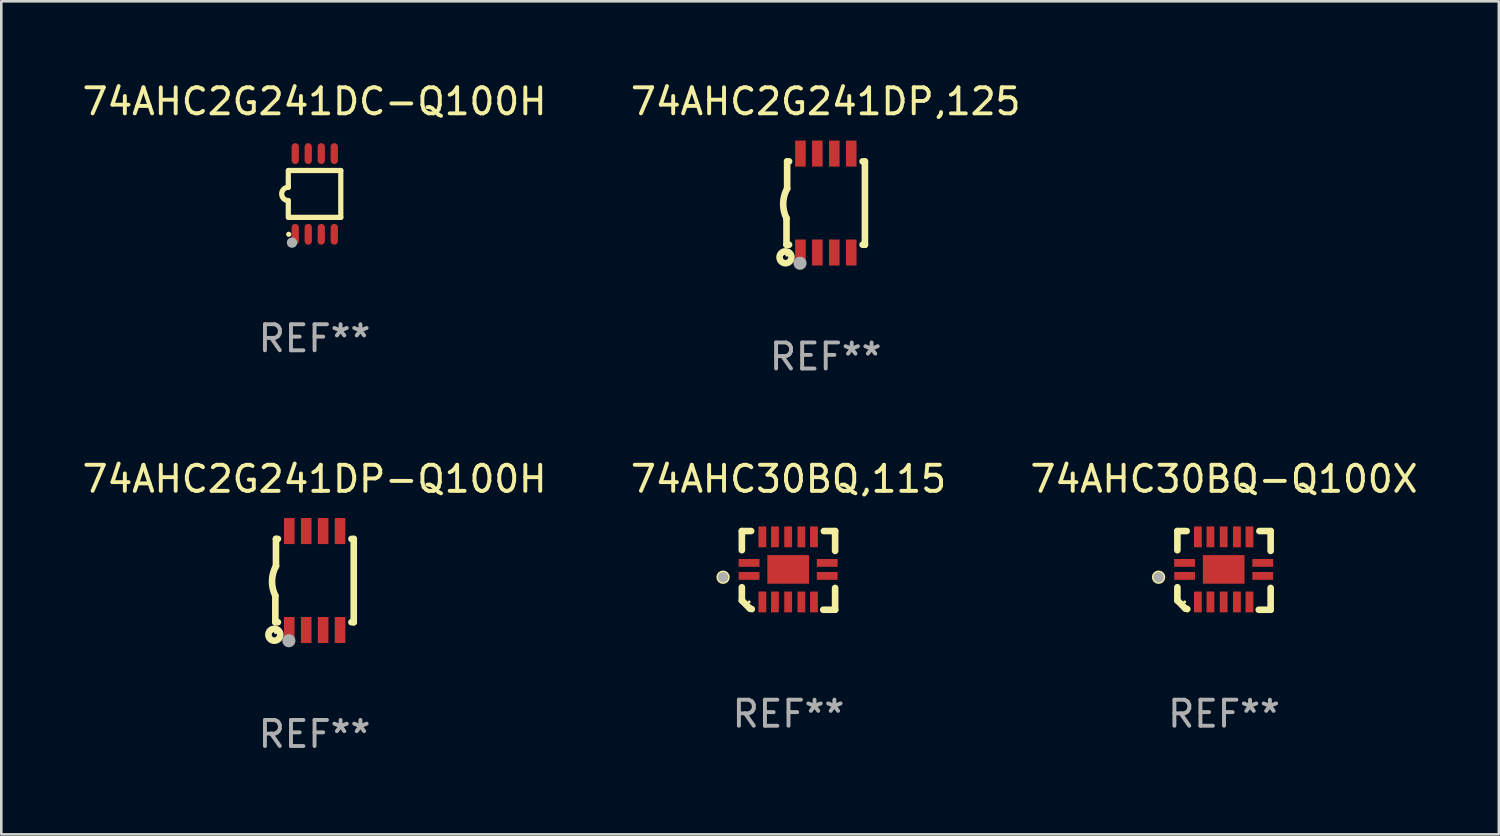
<source format=kicad_pcb>
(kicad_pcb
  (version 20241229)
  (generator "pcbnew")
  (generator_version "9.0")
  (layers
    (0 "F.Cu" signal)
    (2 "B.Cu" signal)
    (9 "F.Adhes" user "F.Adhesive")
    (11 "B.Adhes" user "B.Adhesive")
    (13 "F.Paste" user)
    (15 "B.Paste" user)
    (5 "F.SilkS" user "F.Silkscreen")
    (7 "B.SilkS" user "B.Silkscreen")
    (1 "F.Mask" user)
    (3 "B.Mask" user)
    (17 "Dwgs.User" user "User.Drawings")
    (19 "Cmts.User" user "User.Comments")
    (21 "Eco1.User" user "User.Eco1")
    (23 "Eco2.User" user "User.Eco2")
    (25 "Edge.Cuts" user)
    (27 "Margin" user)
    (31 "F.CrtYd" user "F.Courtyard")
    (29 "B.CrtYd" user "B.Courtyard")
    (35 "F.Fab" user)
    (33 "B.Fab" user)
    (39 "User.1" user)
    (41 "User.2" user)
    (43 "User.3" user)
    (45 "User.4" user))
  (footprint "74AHC30BQ-Q100X"
    (layer "F.Cu")
    (at 43.958 18.856)
    (property "Reference" "74AHC30BQ-Q100X" (at 0 -3.511 0) (layer "F.SilkS") (effects (font (size 1 1) (thickness 0.15))))
    (attr through_hole)
    (fp_line (start -1.791 -1.511) (end -1.435 -1.511) (stroke (width 0.254) (type solid)) (layer "F.SilkS"))
    (fp_line (start -1.791 -0.775) (end -1.791 -1.511) (stroke (width 0.254) (type solid)) (layer "F.SilkS"))
    (fp_line (start -1.791 1.156) (end -1.791 0.648) (stroke (width 0.254) (type solid)) (layer "F.SilkS"))
    (fp_line (start -1.486 1.461) (end -1.791 1.156) (stroke (width 0.254) (type solid)) (layer "F.SilkS"))
    (fp_line (start -1.41 1.486) (end -1.486 1.461) (stroke (width 0.254) (type solid)) (layer "F.SilkS"))
    (fp_line (start 1.334 1.511) (end 1.791 1.511) (stroke (width 0.254) (type solid)) (layer "F.SilkS"))
    (fp_line (start 1.791 -1.511) (end 1.359 -1.511) (stroke (width 0.254) (type solid)) (layer "F.SilkS"))
    (fp_line (start 1.791 -0.749) (end 1.791 -1.511) (stroke (width 0.254) (type solid)) (layer "F.SilkS"))
    (fp_line (start 1.791 1.511) (end 1.791 0.673) (stroke (width 0.254) (type solid)) (layer "F.SilkS"))
    (fp_circle (center -2.513 0.262) (end -2.383 0.262) (stroke (width 0.254) (type solid)) (fill no) (layer "F.SilkS"))
    (fp_circle (center -1.513 1.212) (end -1.483 1.212) (stroke (width 0.06) (type solid)) (fill no) (layer "F.SilkS"))
    (fp_circle (center -2.513 0.262) (end -2.413 0.262) (stroke (width 0.2) (type solid)) (fill no) (layer "F.Fab"))
    (fp_text user "REF**" (at 0 5.511 0) (layer "F.Fab") (effects (font (size 1 1) (thickness 0.15))))
    (pad "1" smd rect (at -1.513 0.212) (size 0.8 0.3) (layers "F.Cu" "F.Mask" "F.Paste"))
    (pad "2" smd rect (at -1.003 1.212) (size 0.3 0.8) (layers "F.Cu" "F.Mask" "F.Paste"))
    (pad "3" smd rect (at -0.521 1.212) (size 0.3 0.8) (layers "F.Cu" "F.Mask" "F.Paste"))
    (pad "4" smd rect (at -0.013 1.212) (size 0.3 0.8) (layers "F.Cu" "F.Mask" "F.Paste"))
    (pad "5" smd rect (at 0.495 1.212) (size 0.3 0.8) (layers "F.Cu" "F.Mask" "F.Paste"))
    (pad "6" smd rect (at 0.978 1.212) (size 0.3 0.8) (layers "F.Cu" "F.Mask" "F.Paste"))
    (pad "7" smd rect (at 1.487 0.212) (size 0.8 0.3) (layers "F.Cu" "F.Mask" "F.Paste"))
    (pad "8" smd rect (at 1.487 -0.288) (size 0.8 0.3) (layers "F.Cu" "F.Mask" "F.Paste"))
    (pad "9" smd rect (at 0.978 -1.288) (size 0.3 0.8) (layers "F.Cu" "F.Mask" "F.Paste"))
    (pad "10" smd rect (at 0.495 -1.288) (size 0.3 0.8) (layers "F.Cu" "F.Mask" "F.Paste"))
    (pad "11" smd rect (at -0.013 -1.288) (size 0.3 0.8) (layers "F.Cu" "F.Mask" "F.Paste"))
    (pad "12" smd rect (at -0.521 -1.288) (size 0.3 0.8) (layers "F.Cu" "F.Mask" "F.Paste"))
    (pad "13" smd rect (at -1.003 -1.288) (size 0.3 0.8) (layers "F.Cu" "F.Mask" "F.Paste"))
    (pad "14" smd rect (at -1.513 -0.288) (size 0.8 0.3) (layers "F.Cu" "F.Mask" "F.Paste"))
    (pad "15" smd rect (at -0.013 -0.038 90) (size 1.1 1.6) (layers "F.Cu" "F.Mask" "F.Paste")))
  (footprint "74AHC2G241DC-Q100H"
    (layer "F.Cu")
    (at 9.03 4.398)
    (property "Reference" "74AHC2G241DC-Q100H" (at 0 -3.55 0) (layer "F.SilkS") (effects (font (size 1 1) (thickness 0.15))))
    (attr through_hole)
    (fp_line (start -1.008 -0.254) (end -1.008 -0.9) (stroke (width 0.2) (type solid)) (layer "F.SilkS"))
    (fp_line (start -1.008 0.254) (end -1.008 0.9) (stroke (width 0.2) (type solid)) (layer "F.SilkS"))
    (fp_line (start -0.992 0.9) (end 1.008 0.9) (stroke (width 0.2) (type solid)) (layer "F.SilkS"))
    (fp_line (start 1.008 -0.9) (end -0.992 -0.9) (stroke (width 0.2) (type solid)) (layer "F.SilkS"))
    (fp_line (start 1.008 0.9) (end 1.008 -0.9) (stroke (width 0.2) (type solid)) (layer "F.SilkS"))
    (fp_arc (start -1.008001 0.254001) (mid -1.262002 0) (end -1.008001 -0.254001) (stroke (width 0.2) (type solid)) (layer "F.SilkS"))
    (fp_circle (center -0.992 1.55) (end -0.942 1.55) (stroke (width 0.1) (type solid)) (fill no) (layer "F.SilkS"))
    (fp_circle (center -0.866 1.87) (end -0.766 1.87) (stroke (width 0.2) (type solid)) (fill no) (layer "F.Fab"))
    (fp_text user "REF**" (at 0 5.55 0) (layer "F.Fab") (effects (font (size 1 1) (thickness 0.15))))
    (pad "1" smd oval (at -0.742 1.55 270) (size 0.8 0.28) (layers "F.Cu" "F.Mask" "F.Paste"))
    (pad "2" smd oval (at -0.242 1.55 270) (size 0.8 0.28) (layers "F.Cu" "F.Mask" "F.Paste"))
    (pad "3" smd oval (at 0.258 1.55 270) (size 0.8 0.28) (layers "F.Cu" "F.Mask" "F.Paste"))
    (pad "4" smd oval (at 0.758 1.55 270) (size 0.8 0.28) (layers "F.Cu" "F.Mask" "F.Paste"))
    (pad "5" smd oval (at 0.758 -1.55 270) (size 0.8 0.28) (layers "F.Cu" "F.Mask" "F.Paste"))
    (pad "6" smd oval (at 0.258 -1.55 270) (size 0.8 0.28) (layers "F.Cu" "F.Mask" "F.Paste"))
    (pad "7" smd oval (at -0.242 -1.55 270) (size 0.8 0.28) (layers "F.Cu" "F.Mask" "F.Paste"))
    (pad "8" smd oval (at -0.742 -1.55 270) (size 0.8 0.28) (layers "F.Cu" "F.Mask" "F.Paste")))
  (footprint "74AHC30BQ,115"
    (layer "F.Cu")
    (at 27.232 18.856)
    (property "Reference" "74AHC30BQ,115" (at 0 -3.511 0) (layer "F.SilkS") (effects (font (size 1 1) (thickness 0.15))))
    (attr through_hole)
    (fp_line (start -1.791 -1.511) (end -1.435 -1.511) (stroke (width 0.254) (type solid)) (layer "F.SilkS"))
    (fp_line (start -1.791 -0.775) (end -1.791 -1.511) (stroke (width 0.254) (type solid)) (layer "F.SilkS"))
    (fp_line (start -1.791 1.156) (end -1.791 0.648) (stroke (width 0.254) (type solid)) (layer "F.SilkS"))
    (fp_line (start -1.486 1.461) (end -1.791 1.156) (stroke (width 0.254) (type solid)) (layer "F.SilkS"))
    (fp_line (start -1.41 1.486) (end -1.486 1.461) (stroke (width 0.254) (type solid)) (layer "F.SilkS"))
    (fp_line (start 1.334 1.511) (end 1.791 1.511) (stroke (width 0.254) (type solid)) (layer "F.SilkS"))
    (fp_line (start 1.791 -1.511) (end 1.359 -1.511) (stroke (width 0.254) (type solid)) (layer "F.SilkS"))
    (fp_line (start 1.791 -0.749) (end 1.791 -1.511) (stroke (width 0.254) (type solid)) (layer "F.SilkS"))
    (fp_line (start 1.791 1.511) (end 1.791 0.673) (stroke (width 0.254) (type solid)) (layer "F.SilkS"))
    (fp_circle (center -2.513 0.262) (end -2.383 0.262) (stroke (width 0.254) (type solid)) (fill no) (layer "F.SilkS"))
    (fp_circle (center -1.513 1.212) (end -1.483 1.212) (stroke (width 0.06) (type solid)) (fill no) (layer "F.SilkS"))
    (fp_circle (center -2.513 0.262) (end -2.413 0.262) (stroke (width 0.2) (type solid)) (fill no) (layer "F.Fab"))
    (fp_text user "REF**" (at 0 5.511 0) (layer "F.Fab") (effects (font (size 1 1) (thickness 0.15))))
    (pad "1" smd rect (at -1.513 0.212) (size 0.8 0.3) (layers "F.Cu" "F.Mask" "F.Paste"))
    (pad "2" smd rect (at -1.003 1.212) (size 0.3 0.8) (layers "F.Cu" "F.Mask" "F.Paste"))
    (pad "3" smd rect (at -0.521 1.212) (size 0.3 0.8) (layers "F.Cu" "F.Mask" "F.Paste"))
    (pad "4" smd rect (at -0.013 1.212) (size 0.3 0.8) (layers "F.Cu" "F.Mask" "F.Paste"))
    (pad "5" smd rect (at 0.495 1.212) (size 0.3 0.8) (layers "F.Cu" "F.Mask" "F.Paste"))
    (pad "6" smd rect (at 0.978 1.212) (size 0.3 0.8) (layers "F.Cu" "F.Mask" "F.Paste"))
    (pad "7" smd rect (at 1.487 0.212) (size 0.8 0.3) (layers "F.Cu" "F.Mask" "F.Paste"))
    (pad "8" smd rect (at 1.487 -0.288) (size 0.8 0.3) (layers "F.Cu" "F.Mask" "F.Paste"))
    (pad "9" smd rect (at 0.978 -1.288) (size 0.3 0.8) (layers "F.Cu" "F.Mask" "F.Paste"))
    (pad "10" smd rect (at 0.495 -1.288) (size 0.3 0.8) (layers "F.Cu" "F.Mask" "F.Paste"))
    (pad "11" smd rect (at -0.013 -1.288) (size 0.3 0.8) (layers "F.Cu" "F.Mask" "F.Paste"))
    (pad "12" smd rect (at -0.521 -1.288) (size 0.3 0.8) (layers "F.Cu" "F.Mask" "F.Paste"))
    (pad "13" smd rect (at -1.003 -1.288) (size 0.3 0.8) (layers "F.Cu" "F.Mask" "F.Paste"))
    (pad "14" smd rect (at -1.513 -0.288) (size 0.8 0.3) (layers "F.Cu" "F.Mask" "F.Paste"))
    (pad "15" smd rect (at -0.013 -0.038 90) (size 1.1 1.6) (layers "F.Cu" "F.Mask" "F.Paste")))
  (footprint "74AHC2G241DP,125"
    (layer "F.Cu")
    (at 28.661 4.748)
    (property "Reference" "74AHC2G241DP,125" (at 0 -3.9 0) (layer "F.SilkS") (effects (font (size 1 1) (thickness 0.15))))
    (attr through_hole)
    (fp_line (start -1.506 1.6) (end -1.506 0.584) (stroke (width 0.254) (type solid)) (layer "F.SilkS"))
    (fp_line (start -1.506 1.6) (end -1.407 1.6) (stroke (width 0.254) (type solid)) (layer "F.SilkS"))
    (fp_line (start -1.481 -1.599) (end -1.481 -0.549) (stroke (width 0.254) (type solid)) (layer "F.SilkS"))
    (fp_line (start -1.481 -1.599) (end -1.407 -1.599) (stroke (width 0.254) (type solid)) (layer "F.SilkS"))
    (fp_line (start 1.417 -1.599) (end 1.506 -1.599) (stroke (width 0.254) (type solid)) (layer "F.SilkS"))
    (fp_line (start 1.417 1.6) (end 1.506 1.6) (stroke (width 0.254) (type solid)) (layer "F.SilkS"))
    (fp_line (start 1.506 1.603) (end 1.506 -1.595) (stroke (width 0.254) (type solid)) (layer "F.SilkS"))
    (fp_arc (start -1.506223 0.584328) (mid -1.632455 0.00974) (end -1.480823 -0.558674) (stroke (width 0.254001) (type solid)) (layer "F.SilkS"))
    (fp_circle (center -1.544 2.083) (end -1.443 2.083) (stroke (width 0.254) (type solid)) (fill no) (layer "F.SilkS"))
    (fp_circle (center -1.495 2) (end -1.465 2) (stroke (width 0.06) (type solid)) (fill no) (layer "F.SilkS"))
    (fp_circle (center -0.986 2.312) (end -0.859 2.312) (stroke (width 0.254) (type solid)) (fill no) (layer "F.Fab"))
    (fp_text user "REF**" (at 0 5.9 0) (layer "F.Fab") (effects (font (size 1 1) (thickness 0.15))))
    (pad "1" smd rect (at -0.97 1.9 90) (size 1 0.406) (layers "F.Cu" "F.Mask" "F.Paste"))
    (pad "2" smd rect (at -0.32 1.9 90) (size 1 0.406) (layers "F.Cu" "F.Mask" "F.Paste"))
    (pad "3" smd rect (at 0.33 1.9 90) (size 1 0.406) (layers "F.Cu" "F.Mask" "F.Paste"))
    (pad "4" smd rect (at 0.98 1.9 90) (size 1 0.406) (layers "F.Cu" "F.Mask" "F.Paste"))
    (pad "5" smd rect (at 0.98 -1.9 90) (size 1 0.406) (layers "F.Cu" "F.Mask" "F.Paste"))
    (pad "6" smd rect (at 0.33 -1.9 90) (size 1 0.406) (layers "F.Cu" "F.Mask" "F.Paste"))
    (pad "7" smd rect (at -0.32 -1.9 90) (size 1 0.406) (layers "F.Cu" "F.Mask" "F.Paste"))
    (pad "8" smd rect (at -0.97 -1.9 90) (size 1 0.406) (layers "F.Cu" "F.Mask" "F.Paste")))
  (footprint "74AHC2G241DP-Q100H"
    (layer "F.Cu")
    (at 9.03 19.245)
    (property "Reference" "74AHC2G241DP-Q100H" (at 0 -3.9 0) (layer "F.SilkS") (effects (font (size 1 1) (thickness 0.15))))
    (attr through_hole)
    (fp_line (start -1.506 1.6) (end -1.506 0.584) (stroke (width 0.254) (type solid)) (layer "F.SilkS"))
    (fp_line (start -1.506 1.6) (end -1.407 1.6) (stroke (width 0.254) (type solid)) (layer "F.SilkS"))
    (fp_line (start -1.481 -1.599) (end -1.481 -0.549) (stroke (width 0.254) (type solid)) (layer "F.SilkS"))
    (fp_line (start -1.481 -1.599) (end -1.407 -1.599) (stroke (width 0.254) (type solid)) (layer "F.SilkS"))
    (fp_line (start 1.417 -1.599) (end 1.506 -1.599) (stroke (width 0.254) (type solid)) (layer "F.SilkS"))
    (fp_line (start 1.417 1.6) (end 1.506 1.6) (stroke (width 0.254) (type solid)) (layer "F.SilkS"))
    (fp_line (start 1.506 1.603) (end 1.506 -1.595) (stroke (width 0.254) (type solid)) (layer "F.SilkS"))
    (fp_arc (start -1.506223 0.584328) (mid -1.632455 0.00974) (end -1.480823 -0.558674) (stroke (width 0.254001) (type solid)) (layer "F.SilkS"))
    (fp_circle (center -1.544 2.083) (end -1.443 2.083) (stroke (width 0.254) (type solid)) (fill no) (layer "F.SilkS"))
    (fp_circle (center -1.495 2) (end -1.465 2) (stroke (width 0.06) (type solid)) (fill no) (layer "F.SilkS"))
    (fp_circle (center -0.986 2.312) (end -0.859 2.312) (stroke (width 0.254) (type solid)) (fill no) (layer "F.Fab"))
    (fp_text user "REF**" (at 0 5.9 0) (layer "F.Fab") (effects (font (size 1 1) (thickness 0.15))))
    (pad "1" smd rect (at -0.97 1.9 90) (size 1 0.406) (layers "F.Cu" "F.Mask" "F.Paste"))
    (pad "2" smd rect (at -0.32 1.9 90) (size 1 0.406) (layers "F.Cu" "F.Mask" "F.Paste"))
    (pad "3" smd rect (at 0.33 1.9 90) (size 1 0.406) (layers "F.Cu" "F.Mask" "F.Paste"))
    (pad "4" smd rect (at 0.98 1.9 90) (size 1 0.406) (layers "F.Cu" "F.Mask" "F.Paste"))
    (pad "5" smd rect (at 0.98 -1.9 90) (size 1 0.406) (layers "F.Cu" "F.Mask" "F.Paste"))
    (pad "6" smd rect (at 0.33 -1.9 90) (size 1 0.406) (layers "F.Cu" "F.Mask" "F.Paste"))
    (pad "7" smd rect (at -0.32 -1.9 90) (size 1 0.406) (layers "F.Cu" "F.Mask" "F.Paste"))
    (pad "8" smd rect (at -0.97 -1.9 90) (size 1 0.406) (layers "F.Cu" "F.Mask" "F.Paste")))
  (gr_rect
    (start -3 -3)
    (end 54.512 28.993)
    (stroke (width 0.1) (type default))
    (fill no)
    (layer "Edge.Cuts")))
</source>
